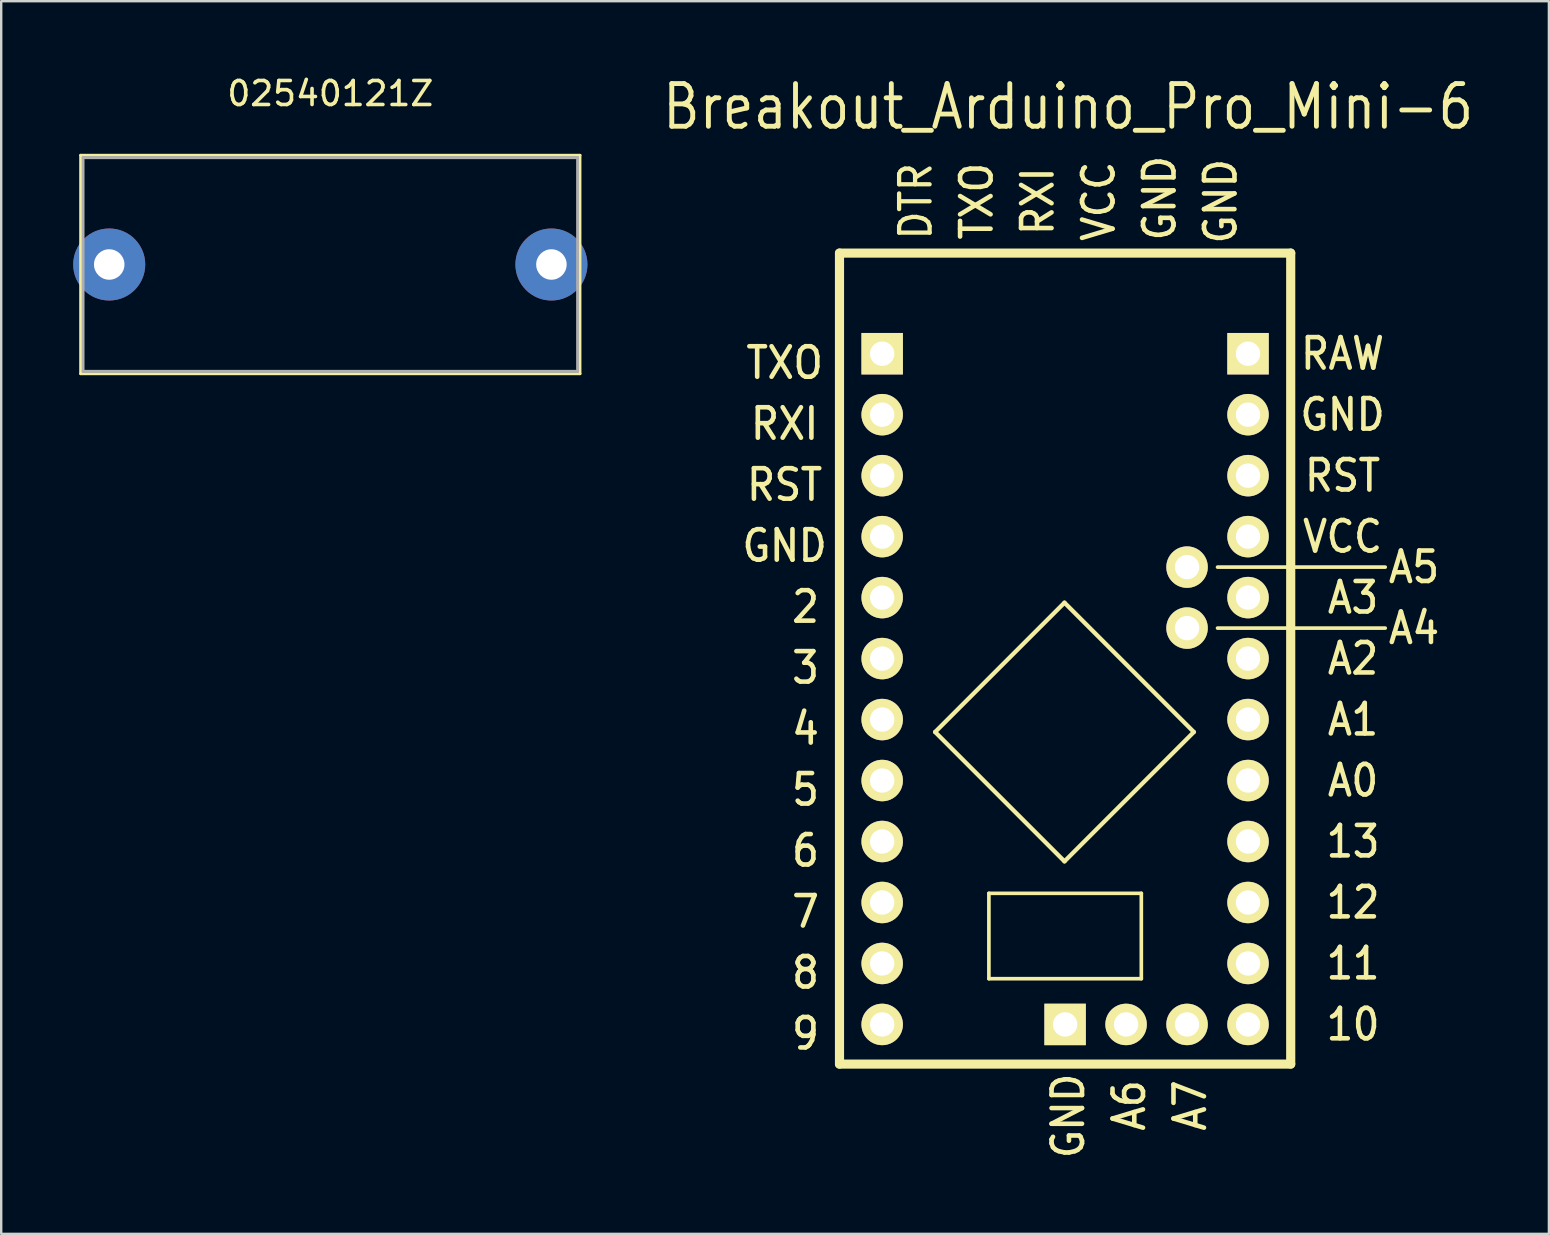
<source format=kicad_pcb>
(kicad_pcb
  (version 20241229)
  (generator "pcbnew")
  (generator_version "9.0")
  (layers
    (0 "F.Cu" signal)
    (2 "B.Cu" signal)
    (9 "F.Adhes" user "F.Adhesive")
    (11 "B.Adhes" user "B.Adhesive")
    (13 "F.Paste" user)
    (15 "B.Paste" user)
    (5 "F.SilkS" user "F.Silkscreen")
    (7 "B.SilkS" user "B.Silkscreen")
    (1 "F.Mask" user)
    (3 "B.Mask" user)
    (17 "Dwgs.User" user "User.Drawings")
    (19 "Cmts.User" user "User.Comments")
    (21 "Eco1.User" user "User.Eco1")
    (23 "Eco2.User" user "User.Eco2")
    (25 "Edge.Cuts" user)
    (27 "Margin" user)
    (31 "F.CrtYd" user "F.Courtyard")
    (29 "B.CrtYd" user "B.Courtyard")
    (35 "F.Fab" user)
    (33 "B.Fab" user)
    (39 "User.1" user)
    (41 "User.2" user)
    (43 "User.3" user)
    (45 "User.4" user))
  (footprint "02540121Z"
    (layer "F.Cu")
    (at 10.71 7.968)
    (property "Reference" "02540121Z" (at 0 -7.12 0) (layer "F.SilkS") (effects (font (size 1 1) (thickness 0.15))))
    (attr through_hole)
    (fp_line (start -10.4 -4.55) (end -10.4 4.55) (stroke (width 0.12) (type solid)) (layer "F.SilkS"))
    (fp_line (start -10.4 4.55) (end 10.4 4.55) (stroke (width 0.12) (type solid)) (layer "F.SilkS"))
    (fp_line (start 10.4 -4.55) (end -10.4 -4.55) (stroke (width 0.12) (type solid)) (layer "F.SilkS"))
    (fp_line (start 10.4 4.55) (end 10.4 -4.55) (stroke (width 0.12) (type solid)) (layer "F.SilkS"))
    (fp_line (start -10.3 -4.45) (end -10.3 4.45) (stroke (width 0.12) (type solid)) (layer "F.Fab"))
    (fp_line (start -10.3 4.45) (end 10.3 4.45) (stroke (width 0.12) (type solid)) (layer "F.Fab"))
    (fp_line (start 10.3 -4.45) (end -10.3 -4.45) (stroke (width 0.12) (type solid)) (layer "F.Fab"))
    (fp_line (start 10.3 4.45) (end 10.3 -4.45) (stroke (width 0.12) (type solid)) (layer "F.Fab"))
    (pad "1" thru_hole circle (at -9.21 0) (size 3 3) (drill 1.27) (layers "*.Cu" "*.Mask"))
    (pad "2" thru_hole circle (at 9.21 0) (size 3 3) (drill 1.27) (layers "*.Cu" "*.Mask")))
  (footprint "Breakout_Arduino_Pro_Mini-6"
    (layer "F.Cu")
    (at 41.318 24.384)
    (property "Reference" "Breakout_Arduino_Pro_Mini-6" (at 0.127 -22.987 0) (layer "F.SilkS") (effects (font (size 1.778 1.524) (thickness 0.203))))
    (attr through_hole)
    (fp_line (start -9.398 -16.891) (end 9.398 -16.891) (stroke (width 0.381) (type solid)) (layer "F.SilkS"))
    (fp_line (start -9.398 16.891) (end -9.398 -16.891) (stroke (width 0.381) (type solid)) (layer "F.SilkS"))
    (fp_line (start -5.414 3.059) (end -0.026 -2.329) (stroke (width 0.178) (type solid)) (layer "F.SilkS"))
    (fp_line (start -5.414 3.059) (end -0.026 8.447) (stroke (width 0.178) (type solid)) (layer "F.SilkS"))
    (fp_line (start -3.175 9.779) (end -3.175 13.335) (stroke (width 0.152) (type solid)) (layer "F.SilkS"))
    (fp_line (start -3.175 13.335) (end 3.175 13.335) (stroke (width 0.152) (type solid)) (layer "F.SilkS"))
    (fp_line (start -0.026 -2.329) (end 5.362 3.059) (stroke (width 0.178) (type solid)) (layer "F.SilkS"))
    (fp_line (start -0.026 8.447) (end 5.362 3.059) (stroke (width 0.178) (type solid)) (layer "F.SilkS"))
    (fp_line (start 3.175 9.779) (end -3.175 9.779) (stroke (width 0.152) (type solid)) (layer "F.SilkS"))
    (fp_line (start 3.175 9.779) (end 3.175 13.335) (stroke (width 0.152) (type solid)) (layer "F.SilkS"))
    (fp_line (start 6.35 -3.81) (end 13.335 -3.81) (stroke (width 0.152) (type solid)) (layer "F.SilkS"))
    (fp_line (start 6.35 -1.27) (end 13.335 -1.27) (stroke (width 0.152) (type solid)) (layer "F.SilkS"))
    (fp_line (start 9.398 -16.891) (end 9.398 16.891) (stroke (width 0.381) (type solid)) (layer "F.SilkS"))
    (fp_line (start 9.398 16.891) (end -9.398 16.891) (stroke (width 0.381) (type solid)) (layer "F.SilkS"))
    (fp_text user "RXI" (at -1.143 -19.05 90) (layer "F.SilkS") (effects (font (size 1.27 1.143) (thickness 0.191))))
    (fp_text user "TXO" (at -11.684 -12.319 0) (layer "F.SilkS") (effects (font (size 1.27 1.143) (thickness 0.191))))
    (fp_text user " A2" (at 11.557 0 0) (layer "F.SilkS") (effects (font (size 1.27 1.143) (thickness 0.191))))
    (fp_text user "  2" (at -11.684 -2.159 0) (layer "F.SilkS") (effects (font (size 1.27 1.143) (thickness 0.191))))
    (fp_text user "GND" (at 6.477 -19.05 90) (layer "F.SilkS") (effects (font (size 1.27 1.143) (thickness 0.191))))
    (fp_text user "VCC" (at 1.397 -19.05 90) (layer "F.SilkS") (effects (font (size 1.27 1.143) (thickness 0.191))))
    (fp_text user " 13" (at 11.557 7.62 0) (layer "F.SilkS") (effects (font (size 1.27 1.143) (thickness 0.191))))
    (fp_text user "  6" (at -11.684 8.001 0) (layer "F.SilkS") (effects (font (size 1.27 1.143) (thickness 0.191))))
    (fp_text user " 10" (at 11.557 15.24 0) (layer "F.SilkS") (effects (font (size 1.27 1.143) (thickness 0.191))))
    (fp_text user "  5" (at -11.684 5.461 0) (layer "F.SilkS") (effects (font (size 1.27 1.143) (thickness 0.191))))
    (fp_text user "  9" (at -11.684 15.621 0) (layer "F.SilkS") (effects (font (size 1.27 1.143) (thickness 0.191))))
    (fp_text user " A1" (at 11.557 2.54 0) (layer "F.SilkS") (effects (font (size 1.27 1.143) (thickness 0.191))))
    (fp_text user "GND" (at 3.937 -19.177 90) (layer "F.SilkS") (effects (font (size 1.27 1.143) (thickness 0.191))))
    (fp_text user "RAW" (at 11.557 -12.7 0) (layer "F.SilkS") (effects (font (size 1.27 1.143) (thickness 0.191))))
    (fp_text user "DTR" (at -6.223 -19.05 90) (layer "F.SilkS") (effects (font (size 1.27 1.143) (thickness 0.178))))
    (fp_text user " A7" (at 5.207 19.05 90) (layer "F.SilkS") (effects (font (size 1.27 1.143) (thickness 0.191))))
    (fp_text user " 12" (at 11.557 10.16 0) (layer "F.SilkS") (effects (font (size 1.27 1.143) (thickness 0.191))))
    (fp_text user " A0" (at 11.557 5.08 0) (layer "F.SilkS") (effects (font (size 1.27 1.143) (thickness 0.191))))
    (fp_text user "RST" (at 11.557 -7.62 0) (layer "F.SilkS") (effects (font (size 1.27 1.143) (thickness 0.191))))
    (fp_text user "  7" (at -11.684 10.541 0) (layer "F.SilkS") (effects (font (size 1.27 1.143) (thickness 0.191))))
    (fp_text user "  3" (at -11.684 0.381 0) (layer "F.SilkS") (effects (font (size 1.27 1.143) (thickness 0.191))))
    (fp_text user "GND" (at 11.557 -10.16 0) (layer "F.SilkS") (effects (font (size 1.27 1.143) (thickness 0.191))))
    (fp_text user "GND" (at 0.127 19.05 90) (layer "F.SilkS") (effects (font (size 1.27 1.143) (thickness 0.191))))
    (fp_text user "RST" (at -11.684 -7.239 0) (layer "F.SilkS") (effects (font (size 1.27 1.143) (thickness 0.191))))
    (fp_text user " A6" (at 2.667 19.05 90) (layer "F.SilkS") (effects (font (size 1.27 1.143) (thickness 0.191))))
    (fp_text user " A3" (at 11.557 -2.54 0) (layer "F.SilkS") (effects (font (size 1.27 1.143) (thickness 0.191))))
    (fp_text user "  8" (at -11.684 13.081 0) (layer "F.SilkS") (effects (font (size 1.27 1.143) (thickness 0.191))))
    (fp_text user "GND" (at -11.684 -4.699 0) (layer "F.SilkS") (effects (font (size 1.27 1.143) (thickness 0.191))))
    (fp_text user "VCC" (at 11.557 -5.08 0) (layer "F.SilkS") (effects (font (size 1.27 1.143) (thickness 0.191))))
    (fp_text user " 11" (at 11.557 12.7 0) (layer "F.SilkS") (effects (font (size 1.27 1.143) (thickness 0.191))))
    (fp_text user "  4" (at -11.684 2.921 0) (layer "F.SilkS") (effects (font (size 1.27 1.143) (thickness 0.191))))
    (fp_text user "RXI" (at -11.684 -9.779 0) (layer "F.SilkS") (effects (font (size 1.27 1.143) (thickness 0.191))))
    (fp_text user " A5" (at 14.097 -3.81 0) (layer "F.SilkS") (effects (font (size 1.27 1.143) (thickness 0.191))))
    (fp_text user "TXO" (at -3.683 -19.05 90) (layer "F.SilkS") (effects (font (size 1.27 1.143) (thickness 0.191))))
    (fp_text user " A4" (at 14.097 -1.27 0) (layer "F.SilkS") (effects (font (size 1.27 1.143) (thickness 0.191))))
    (pad "7" thru_hole rect (at -7.62 -12.7) (size 1.727 1.727) (drill 1.016) (layers "*.Cu" "*.Mask" "F.SilkS"))
    (pad "8" thru_hole circle (at -7.62 -10.16) (size 1.727 1.727) (drill 1.016) (layers "*.Cu" "*.Mask" "F.SilkS"))
    (pad "9" thru_hole circle (at -7.62 -7.62) (size 1.727 1.727) (drill 1.016) (layers "*.Cu" "*.Mask" "F.SilkS"))
    (pad "10" thru_hole circle (at -7.62 -5.08) (size 1.727 1.727) (drill 1.016) (layers "*.Cu" "*.Mask" "F.SilkS"))
    (pad "11" thru_hole circle (at -7.62 -2.54) (size 1.727 1.727) (drill 1.016) (layers "*.Cu" "*.Mask" "F.SilkS"))
    (pad "12" thru_hole circle (at -7.62 0) (size 1.727 1.727) (drill 1.016) (layers "*.Cu" "*.Mask" "F.SilkS"))
    (pad "13" thru_hole circle (at -7.62 2.54) (size 1.727 1.727) (drill 1.016) (layers "*.Cu" "*.Mask" "F.SilkS"))
    (pad "14" thru_hole circle (at -7.62 5.08) (size 1.727 1.727) (drill 1.016) (layers "*.Cu" "*.Mask" "F.SilkS"))
    (pad "15" thru_hole circle (at -7.62 7.62) (size 1.727 1.727) (drill 1.016) (layers "*.Cu" "*.Mask" "F.SilkS"))
    (pad "16" thru_hole circle (at -7.62 10.16) (size 1.727 1.727) (drill 1.016) (layers "*.Cu" "*.Mask" "F.SilkS"))
    (pad "17" thru_hole circle (at -7.62 12.7) (size 1.727 1.727) (drill 1.016) (layers "*.Cu" "*.Mask" "F.SilkS"))
    (pad "18" thru_hole circle (at -7.62 15.24) (size 1.727 1.727) (drill 1.016) (layers "*.Cu" "*.Mask" "F.SilkS"))
    (pad "19" thru_hole rect (at 7.62 -12.7) (size 1.727 1.727) (drill 1.016) (layers "*.Cu" "*.Mask" "F.SilkS"))
    (pad "20" thru_hole circle (at 7.62 -10.16) (size 1.727 1.727) (drill 1.016) (layers "*.Cu" "*.Mask" "F.SilkS"))
    (pad "21" thru_hole circle (at 7.62 -7.62) (size 1.727 1.727) (drill 1.016) (layers "*.Cu" "*.Mask" "F.SilkS"))
    (pad "22" thru_hole circle (at 7.62 -5.08) (size 1.727 1.727) (drill 1.016) (layers "*.Cu" "*.Mask" "F.SilkS"))
    (pad "23" thru_hole circle (at 7.62 -2.54) (size 1.727 1.727) (drill 1.016) (layers "*.Cu" "*.Mask" "F.SilkS"))
    (pad "24" thru_hole circle (at 7.62 0) (size 1.727 1.727) (drill 1.016) (layers "*.Cu" "*.Mask" "F.SilkS"))
    (pad "25" thru_hole circle (at 7.62 2.54) (size 1.727 1.727) (drill 1.016) (layers "*.Cu" "*.Mask" "F.SilkS"))
    (pad "26" thru_hole circle (at 7.62 5.08) (size 1.727 1.727) (drill 1.016) (layers "*.Cu" "*.Mask" "F.SilkS"))
    (pad "27" thru_hole circle (at 7.62 7.62) (size 1.727 1.727) (drill 1.016) (layers "*.Cu" "*.Mask" "F.SilkS"))
    (pad "28" thru_hole circle (at 7.62 10.16) (size 1.727 1.727) (drill 1.016) (layers "*.Cu" "*.Mask" "F.SilkS"))
    (pad "29" thru_hole circle (at 7.62 12.7) (size 1.727 1.727) (drill 1.016) (layers "*.Cu" "*.Mask" "F.SilkS"))
    (pad "30" thru_hole circle (at 7.62 15.24) (size 1.727 1.727) (drill 1.016) (layers "*.Cu" "*.Mask" "F.SilkS"))
    (pad "31" thru_hole circle (at 5.08 -3.81) (size 1.727 1.727) (drill 1.016) (layers "*.Cu" "*.Mask" "F.SilkS"))
    (pad "32" thru_hole circle (at 5.08 -1.27) (size 1.727 1.727) (drill 1.016) (layers "*.Cu" "*.Mask" "F.SilkS"))
    (pad "33" thru_hole circle (at 5.08 15.24) (size 1.727 1.727) (drill 1.016) (layers "*.Cu" "*.Mask" "F.SilkS"))
    (pad "34" thru_hole circle (at 2.54 15.24) (size 1.727 1.727) (drill 1.016) (layers "*.Cu" "*.Mask" "F.SilkS"))
    (pad "35" thru_hole rect (at 0 15.24) (size 1.727 1.727) (drill 1.016) (layers "*.Cu" "*.Mask" "F.SilkS")))
  (gr_rect
    (start -3 -3)
    (end 61.471 48.347)
    (stroke (width 0.1) (type default))
    (fill no)
    (layer "Edge.Cuts")))
</source>
